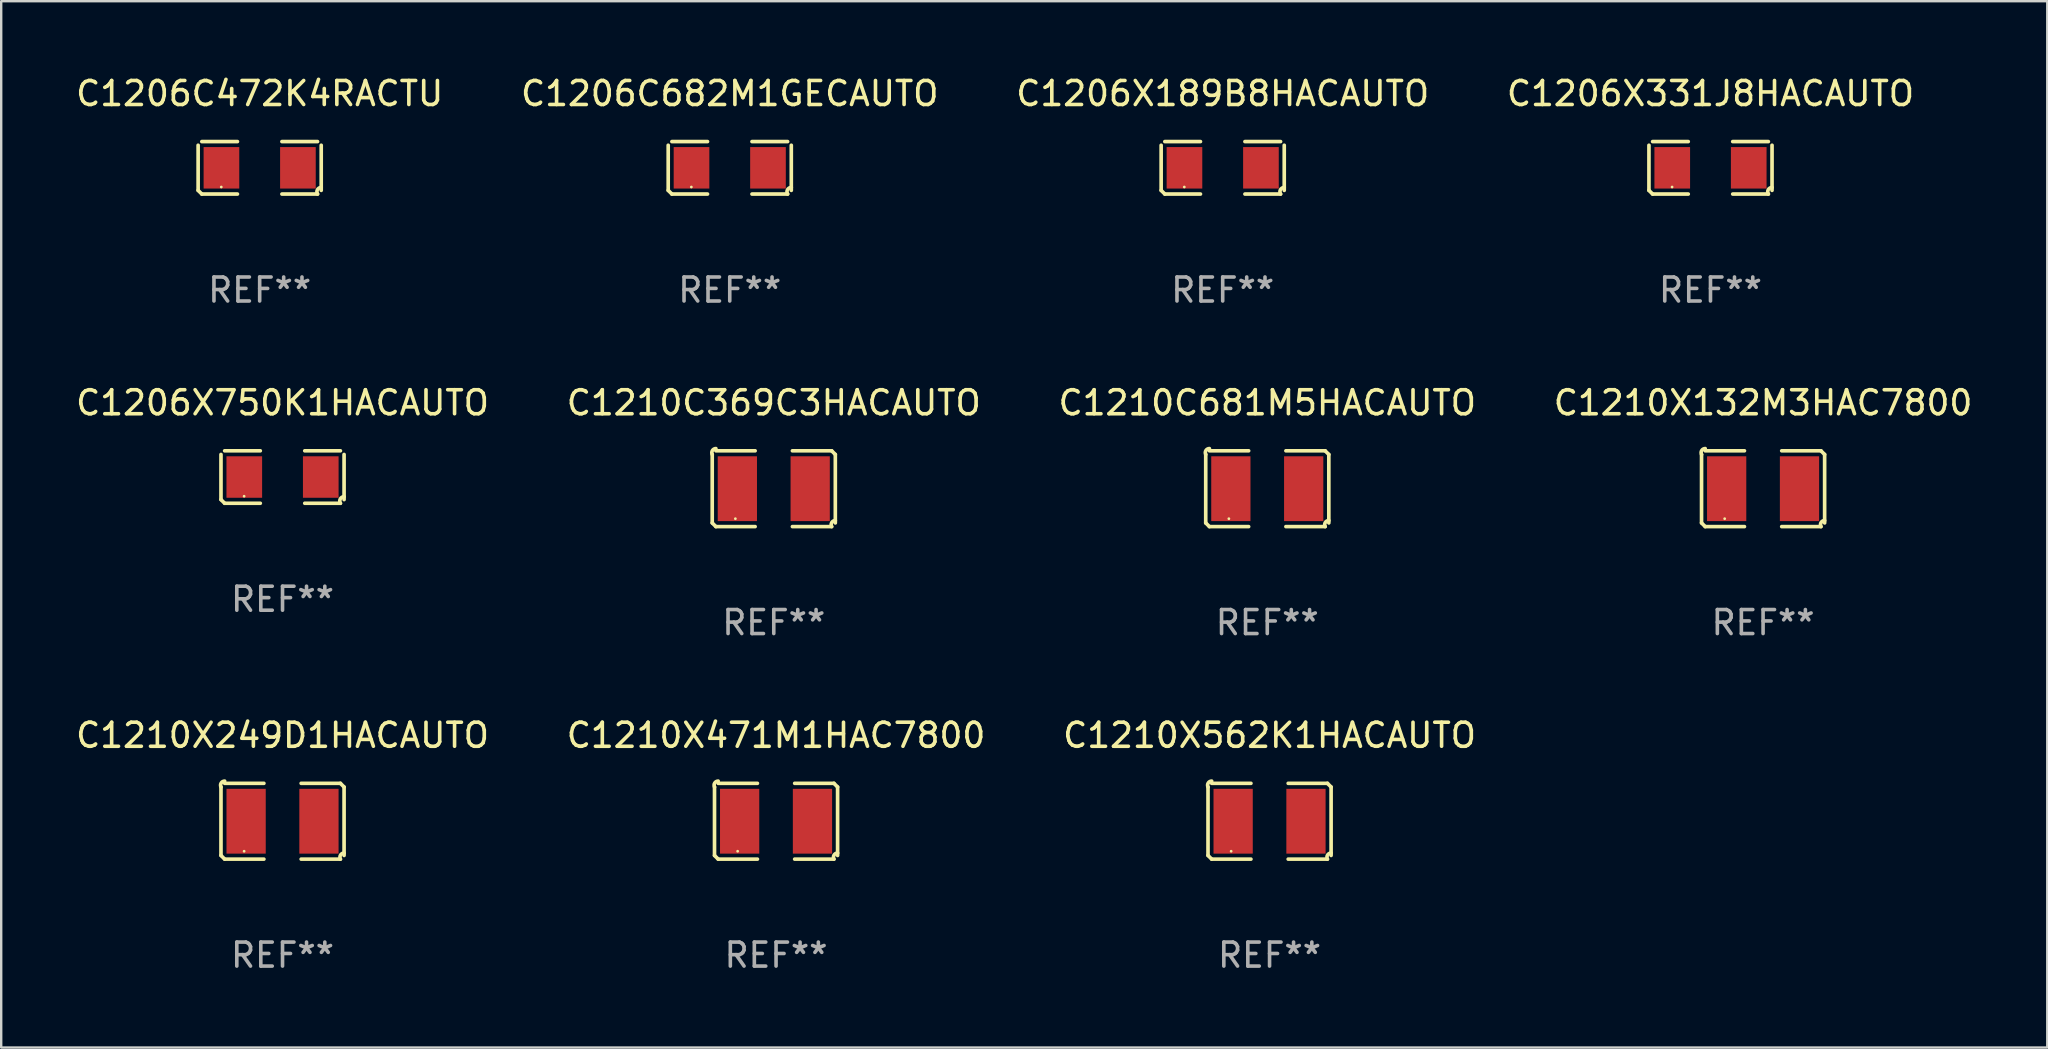
<source format=kicad_pcb>
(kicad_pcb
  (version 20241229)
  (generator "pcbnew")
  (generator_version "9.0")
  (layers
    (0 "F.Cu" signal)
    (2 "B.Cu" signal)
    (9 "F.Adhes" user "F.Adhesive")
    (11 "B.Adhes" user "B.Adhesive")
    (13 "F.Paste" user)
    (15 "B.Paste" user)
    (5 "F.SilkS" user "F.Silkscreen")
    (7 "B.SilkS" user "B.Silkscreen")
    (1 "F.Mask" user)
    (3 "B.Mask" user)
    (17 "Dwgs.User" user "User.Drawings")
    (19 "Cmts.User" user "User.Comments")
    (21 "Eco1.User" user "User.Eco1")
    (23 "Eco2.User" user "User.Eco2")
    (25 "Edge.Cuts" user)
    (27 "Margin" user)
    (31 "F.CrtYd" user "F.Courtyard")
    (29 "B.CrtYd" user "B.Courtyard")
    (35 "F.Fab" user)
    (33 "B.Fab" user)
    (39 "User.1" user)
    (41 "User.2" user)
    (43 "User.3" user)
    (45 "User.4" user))
  (footprint "C1206C472K4RACTU"
    (layer "F.Cu")
    (at 7.768 3.941)
    (property "Reference" "C1206C472K4RACTU" (at 0 -3.093 0) (layer "F.SilkS") (effects (font (size 1 1) (thickness 0.15))))
    (attr through_hole)
    (fp_line (start -2.564 0.94) (end -2.564 -0.94) (stroke (width 0.152) (type solid)) (layer "F.SilkS"))
    (fp_line (start -2.411 -1.093) (end -0.926 -1.093) (stroke (width 0.152) (type solid)) (layer "F.SilkS"))
    (fp_line (start -0.926 1.093) (end -2.411 1.093) (stroke (width 0.152) (type solid)) (layer "F.SilkS"))
    (fp_line (start 0.926 1.093) (end 2.411 1.093) (stroke (width 0.152) (type solid)) (layer "F.SilkS"))
    (fp_line (start 2.411 -1.093) (end 0.926 -1.093) (stroke (width 0.152) (type solid)) (layer "F.SilkS"))
    (fp_line (start 2.564 0.94) (end 2.564 -0.94) (stroke (width 0.152) (type solid)) (layer "F.SilkS"))
    (fp_arc (start -2.411201 1.092609) (mid -2.487413 1.01642) (end -2.563602 0.940208) (stroke (width 0.1524) (type solid)) (layer "F.SilkS"))
    (fp_arc (start 2.411201 1.092609) (mid 2.407159 0.911226) (end 2.563602 0.819347) (stroke (width 0.1524) (type solid)) (layer "F.SilkS"))
    (fp_circle (center -1.6 0.8) (end -1.57 0.8) (stroke (width 0.06) (type solid)) (fill no) (layer "F.SilkS"))
    (fp_text user "REF**" (at 0 5.093 0) (layer "F.Fab") (effects (font (size 1 1) (thickness 0.15))))
    (pad "1" smd rect (at -1.593 0) (size 1.485 1.728) (layers "F.Cu" "F.Mask" "F.Paste"))
    (pad "2" smd rect (at 1.593 0) (size 1.485 1.728) (layers "F.Cu" "F.Mask" "F.Paste")))
  (footprint "C1210C681M5HACAUTO"
    (layer "F.Cu")
    (at 49.744 17.309)
    (property "Reference" "C1210C681M5HACAUTO" (at 0 -3.579 0) (layer "F.SilkS") (effects (font (size 1 1) (thickness 0.15))))
    (attr through_hole)
    (fp_line (start -2.564 1.426) (end -2.564 -1.426) (stroke (width 0.152) (type solid)) (layer "F.SilkS"))
    (fp_line (start -2.411 -1.579) (end -0.776 -1.579) (stroke (width 0.152) (type solid)) (layer "F.SilkS"))
    (fp_line (start -0.776 1.579) (end -2.411 1.579) (stroke (width 0.152) (type solid)) (layer "F.SilkS"))
    (fp_line (start 0.776 1.579) (end 2.411 1.579) (stroke (width 0.152) (type solid)) (layer "F.SilkS"))
    (fp_line (start 2.411 -1.579) (end 0.776 -1.579) (stroke (width 0.152) (type solid)) (layer "F.SilkS"))
    (fp_line (start 2.564 1.426) (end 2.564 -1.426) (stroke (width 0.152) (type solid)) (layer "F.SilkS"))
    (fp_arc (start -2.563602 -1.426213) (mid -2.555597 -1.591233) (end -2.411201 -1.671518) (stroke (width 0.1524) (type solid)) (layer "F.SilkS"))
    (fp_arc (start -2.5636 1.426214) (mid -2.487389 1.502402) (end -2.411201 1.578613) (stroke (width 0.1524) (type solid)) (layer "F.SilkS"))
    (fp_arc (start 2.411197 -1.578618) (mid 2.487403 -1.502419) (end 2.563602 -1.426213) (stroke (width 0.1524) (type solid)) (layer "F.SilkS"))
    (fp_arc (start 2.411201 1.578613) (mid 2.416214 1.409455) (end 2.563602 1.32629) (stroke (width 0.1524) (type solid)) (layer "F.SilkS"))
    (fp_circle (center -1.6 1.25) (end -1.57 1.25) (stroke (width 0.06) (type solid)) (fill no) (layer "F.SilkS"))
    (fp_text user "REF**" (at 0 5.579 0) (layer "F.Fab") (effects (font (size 1 1) (thickness 0.15))))
    (pad "1" smd rect (at -1.517 0) (size 1.635 2.7) (layers "F.Cu" "F.Mask" "F.Paste"))
    (pad "2" smd rect (at 1.517 0) (size 1.635 2.7) (layers "F.Cu" "F.Mask" "F.Paste")))
  (footprint "C1206X331J8HACAUTO"
    (layer "F.Cu")
    (at 68.208 3.941)
    (property "Reference" "C1206X331J8HACAUTO" (at 0 -3.093 0) (layer "F.SilkS") (effects (font (size 1 1) (thickness 0.15))))
    (attr through_hole)
    (fp_line (start -2.564 0.94) (end -2.564 -0.94) (stroke (width 0.152) (type solid)) (layer "F.SilkS"))
    (fp_line (start -2.411 -1.093) (end -0.926 -1.093) (stroke (width 0.152) (type solid)) (layer "F.SilkS"))
    (fp_line (start -0.926 1.093) (end -2.411 1.093) (stroke (width 0.152) (type solid)) (layer "F.SilkS"))
    (fp_line (start 0.926 1.093) (end 2.411 1.093) (stroke (width 0.152) (type solid)) (layer "F.SilkS"))
    (fp_line (start 2.411 -1.093) (end 0.926 -1.093) (stroke (width 0.152) (type solid)) (layer "F.SilkS"))
    (fp_line (start 2.564 0.94) (end 2.564 -0.94) (stroke (width 0.152) (type solid)) (layer "F.SilkS"))
    (fp_arc (start -2.411201 1.092609) (mid -2.487413 1.01642) (end -2.563602 0.940208) (stroke (width 0.1524) (type solid)) (layer "F.SilkS"))
    (fp_arc (start 2.411201 1.092609) (mid 2.407159 0.911226) (end 2.563602 0.819347) (stroke (width 0.1524) (type solid)) (layer "F.SilkS"))
    (fp_circle (center -1.6 0.8) (end -1.57 0.8) (stroke (width 0.06) (type solid)) (fill no) (layer "F.SilkS"))
    (fp_text user "REF**" (at 0 5.093 0) (layer "F.Fab") (effects (font (size 1 1) (thickness 0.15))))
    (pad "1" smd rect (at -1.593 0) (size 1.485 1.728) (layers "F.Cu" "F.Mask" "F.Paste"))
    (pad "2" smd rect (at 1.593 0) (size 1.485 1.728) (layers "F.Cu" "F.Mask" "F.Paste")))
  (footprint "C1206X189B8HACAUTO"
    (layer "F.Cu")
    (at 47.887 3.941)
    (property "Reference" "C1206X189B8HACAUTO" (at 0 -3.093 0) (layer "F.SilkS") (effects (font (size 1 1) (thickness 0.15))))
    (attr through_hole)
    (fp_line (start -2.564 0.94) (end -2.564 -0.94) (stroke (width 0.152) (type solid)) (layer "F.SilkS"))
    (fp_line (start -2.411 -1.093) (end -0.926 -1.093) (stroke (width 0.152) (type solid)) (layer "F.SilkS"))
    (fp_line (start -0.926 1.093) (end -2.411 1.093) (stroke (width 0.152) (type solid)) (layer "F.SilkS"))
    (fp_line (start 0.926 1.093) (end 2.411 1.093) (stroke (width 0.152) (type solid)) (layer "F.SilkS"))
    (fp_line (start 2.411 -1.093) (end 0.926 -1.093) (stroke (width 0.152) (type solid)) (layer "F.SilkS"))
    (fp_line (start 2.564 0.94) (end 2.564 -0.94) (stroke (width 0.152) (type solid)) (layer "F.SilkS"))
    (fp_arc (start -2.411201 1.092609) (mid -2.487413 1.01642) (end -2.563602 0.940208) (stroke (width 0.1524) (type solid)) (layer "F.SilkS"))
    (fp_arc (start 2.411201 1.092609) (mid 2.407159 0.911226) (end 2.563602 0.819347) (stroke (width 0.1524) (type solid)) (layer "F.SilkS"))
    (fp_circle (center -1.6 0.8) (end -1.57 0.8) (stroke (width 0.06) (type solid)) (fill no) (layer "F.SilkS"))
    (fp_text user "REF**" (at 0 5.093 0) (layer "F.Fab") (effects (font (size 1 1) (thickness 0.15))))
    (pad "1" smd rect (at -1.593 0) (size 1.485 1.728) (layers "F.Cu" "F.Mask" "F.Paste"))
    (pad "2" smd rect (at 1.593 0) (size 1.485 1.728) (layers "F.Cu" "F.Mask" "F.Paste")))
  (footprint "C1210C369C3HACAUTO"
    (layer "F.Cu")
    (at 29.185 17.309)
    (property "Reference" "C1210C369C3HACAUTO" (at 0 -3.579 0) (layer "F.SilkS") (effects (font (size 1 1) (thickness 0.15))))
    (attr through_hole)
    (fp_line (start -2.564 1.426) (end -2.564 -1.426) (stroke (width 0.152) (type solid)) (layer "F.SilkS"))
    (fp_line (start -2.411 -1.579) (end -0.776 -1.579) (stroke (width 0.152) (type solid)) (layer "F.SilkS"))
    (fp_line (start -0.776 1.579) (end -2.411 1.579) (stroke (width 0.152) (type solid)) (layer "F.SilkS"))
    (fp_line (start 0.776 1.579) (end 2.411 1.579) (stroke (width 0.152) (type solid)) (layer "F.SilkS"))
    (fp_line (start 2.411 -1.579) (end 0.776 -1.579) (stroke (width 0.152) (type solid)) (layer "F.SilkS"))
    (fp_line (start 2.564 1.426) (end 2.564 -1.426) (stroke (width 0.152) (type solid)) (layer "F.SilkS"))
    (fp_arc (start -2.563602 -1.426213) (mid -2.555597 -1.591233) (end -2.411201 -1.671518) (stroke (width 0.1524) (type solid)) (layer "F.SilkS"))
    (fp_arc (start -2.5636 1.426214) (mid -2.487389 1.502402) (end -2.411201 1.578613) (stroke (width 0.1524) (type solid)) (layer "F.SilkS"))
    (fp_arc (start 2.411197 -1.578618) (mid 2.487403 -1.502419) (end 2.563602 -1.426213) (stroke (width 0.1524) (type solid)) (layer "F.SilkS"))
    (fp_arc (start 2.411201 1.578613) (mid 2.416214 1.409455) (end 2.563602 1.32629) (stroke (width 0.1524) (type solid)) (layer "F.SilkS"))
    (fp_circle (center -1.6 1.25) (end -1.57 1.25) (stroke (width 0.06) (type solid)) (fill no) (layer "F.SilkS"))
    (fp_text user "REF**" (at 0 5.579 0) (layer "F.Fab") (effects (font (size 1 1) (thickness 0.15))))
    (pad "1" smd rect (at -1.517 0) (size 1.635 2.7) (layers "F.Cu" "F.Mask" "F.Paste"))
    (pad "2" smd rect (at 1.517 0) (size 1.635 2.7) (layers "F.Cu" "F.Mask" "F.Paste")))
  (footprint "C1206C682M1GECAUTO"
    (layer "F.Cu")
    (at 27.351 3.941)
    (property "Reference" "C1206C682M1GECAUTO" (at 0 -3.093 0) (layer "F.SilkS") (effects (font (size 1 1) (thickness 0.15))))
    (attr through_hole)
    (fp_line (start -2.564 0.94) (end -2.564 -0.94) (stroke (width 0.152) (type solid)) (layer "F.SilkS"))
    (fp_line (start -2.411 -1.093) (end -0.926 -1.093) (stroke (width 0.152) (type solid)) (layer "F.SilkS"))
    (fp_line (start -0.926 1.093) (end -2.411 1.093) (stroke (width 0.152) (type solid)) (layer "F.SilkS"))
    (fp_line (start 0.926 1.093) (end 2.411 1.093) (stroke (width 0.152) (type solid)) (layer "F.SilkS"))
    (fp_line (start 2.411 -1.093) (end 0.926 -1.093) (stroke (width 0.152) (type solid)) (layer "F.SilkS"))
    (fp_line (start 2.564 0.94) (end 2.564 -0.94) (stroke (width 0.152) (type solid)) (layer "F.SilkS"))
    (fp_arc (start -2.411201 1.092609) (mid -2.487413 1.01642) (end -2.563602 0.940208) (stroke (width 0.1524) (type solid)) (layer "F.SilkS"))
    (fp_arc (start 2.411201 1.092609) (mid 2.407159 0.911226) (end 2.563602 0.819347) (stroke (width 0.1524) (type solid)) (layer "F.SilkS"))
    (fp_circle (center -1.6 0.8) (end -1.57 0.8) (stroke (width 0.06) (type solid)) (fill no) (layer "F.SilkS"))
    (fp_text user "REF**" (at 0 5.093 0) (layer "F.Fab") (effects (font (size 1 1) (thickness 0.15))))
    (pad "1" smd rect (at -1.593 0) (size 1.485 1.728) (layers "F.Cu" "F.Mask" "F.Paste"))
    (pad "2" smd rect (at 1.593 0) (size 1.485 1.728) (layers "F.Cu" "F.Mask" "F.Paste")))
  (footprint "C1206X750K1HACAUTO"
    (layer "F.Cu")
    (at 8.72 16.823)
    (property "Reference" "C1206X750K1HACAUTO" (at 0 -3.093 0) (layer "F.SilkS") (effects (font (size 1 1) (thickness 0.15))))
    (attr through_hole)
    (fp_line (start -2.564 0.94) (end -2.564 -0.94) (stroke (width 0.152) (type solid)) (layer "F.SilkS"))
    (fp_line (start -2.411 -1.093) (end -0.926 -1.093) (stroke (width 0.152) (type solid)) (layer "F.SilkS"))
    (fp_line (start -0.926 1.093) (end -2.411 1.093) (stroke (width 0.152) (type solid)) (layer "F.SilkS"))
    (fp_line (start 0.926 1.093) (end 2.411 1.093) (stroke (width 0.152) (type solid)) (layer "F.SilkS"))
    (fp_line (start 2.411 -1.093) (end 0.926 -1.093) (stroke (width 0.152) (type solid)) (layer "F.SilkS"))
    (fp_line (start 2.564 0.94) (end 2.564 -0.94) (stroke (width 0.152) (type solid)) (layer "F.SilkS"))
    (fp_arc (start -2.411201 1.092609) (mid -2.487413 1.01642) (end -2.563602 0.940208) (stroke (width 0.1524) (type solid)) (layer "F.SilkS"))
    (fp_arc (start 2.411201 1.092609) (mid 2.407159 0.911226) (end 2.563602 0.819347) (stroke (width 0.1524) (type solid)) (layer "F.SilkS"))
    (fp_circle (center -1.6 0.8) (end -1.57 0.8) (stroke (width 0.06) (type solid)) (fill no) (layer "F.SilkS"))
    (fp_text user "REF**" (at 0 5.093 0) (layer "F.Fab") (effects (font (size 1 1) (thickness 0.15))))
    (pad "1" smd rect (at -1.593 0) (size 1.485 1.728) (layers "F.Cu" "F.Mask" "F.Paste"))
    (pad "2" smd rect (at 1.593 0) (size 1.485 1.728) (layers "F.Cu" "F.Mask" "F.Paste")))
  (footprint "C1210X471M1HAC7800"
    (layer "F.Cu")
    (at 29.28 31.162)
    (property "Reference" "C1210X471M1HAC7800" (at 0 -3.579 0) (layer "F.SilkS") (effects (font (size 1 1) (thickness 0.15))))
    (attr through_hole)
    (fp_line (start -2.564 1.426) (end -2.564 -1.426) (stroke (width 0.152) (type solid)) (layer "F.SilkS"))
    (fp_line (start -2.411 -1.579) (end -0.776 -1.579) (stroke (width 0.152) (type solid)) (layer "F.SilkS"))
    (fp_line (start -0.776 1.579) (end -2.411 1.579) (stroke (width 0.152) (type solid)) (layer "F.SilkS"))
    (fp_line (start 0.776 1.579) (end 2.411 1.579) (stroke (width 0.152) (type solid)) (layer "F.SilkS"))
    (fp_line (start 2.411 -1.579) (end 0.776 -1.579) (stroke (width 0.152) (type solid)) (layer "F.SilkS"))
    (fp_line (start 2.564 1.426) (end 2.564 -1.426) (stroke (width 0.152) (type solid)) (layer "F.SilkS"))
    (fp_arc (start -2.563602 -1.426213) (mid -2.555597 -1.591233) (end -2.411201 -1.671518) (stroke (width 0.1524) (type solid)) (layer "F.SilkS"))
    (fp_arc (start -2.5636 1.426214) (mid -2.487389 1.502402) (end -2.411201 1.578613) (stroke (width 0.1524) (type solid)) (layer "F.SilkS"))
    (fp_arc (start 2.411197 -1.578618) (mid 2.487403 -1.502419) (end 2.563602 -1.426213) (stroke (width 0.1524) (type solid)) (layer "F.SilkS"))
    (fp_arc (start 2.411201 1.578613) (mid 2.416214 1.409455) (end 2.563602 1.32629) (stroke (width 0.1524) (type solid)) (layer "F.SilkS"))
    (fp_circle (center -1.6 1.25) (end -1.57 1.25) (stroke (width 0.06) (type solid)) (fill no) (layer "F.SilkS"))
    (fp_text user "REF**" (at 0 5.579 0) (layer "F.Fab") (effects (font (size 1 1) (thickness 0.15))))
    (pad "1" smd rect (at -1.517 0) (size 1.635 2.7) (layers "F.Cu" "F.Mask" "F.Paste"))
    (pad "2" smd rect (at 1.517 0) (size 1.635 2.7) (layers "F.Cu" "F.Mask" "F.Paste")))
  (footprint "C1210X132M3HAC7800"
    (layer "F.Cu")
    (at 70.399 17.309)
    (property "Reference" "C1210X132M3HAC7800" (at 0 -3.579 0) (layer "F.SilkS") (effects (font (size 1 1) (thickness 0.15))))
    (attr through_hole)
    (fp_line (start -2.564 1.426) (end -2.564 -1.426) (stroke (width 0.152) (type solid)) (layer "F.SilkS"))
    (fp_line (start -2.411 -1.579) (end -0.776 -1.579) (stroke (width 0.152) (type solid)) (layer "F.SilkS"))
    (fp_line (start -0.776 1.579) (end -2.411 1.579) (stroke (width 0.152) (type solid)) (layer "F.SilkS"))
    (fp_line (start 0.776 1.579) (end 2.411 1.579) (stroke (width 0.152) (type solid)) (layer "F.SilkS"))
    (fp_line (start 2.411 -1.579) (end 0.776 -1.579) (stroke (width 0.152) (type solid)) (layer "F.SilkS"))
    (fp_line (start 2.564 1.426) (end 2.564 -1.426) (stroke (width 0.152) (type solid)) (layer "F.SilkS"))
    (fp_arc (start -2.563602 -1.426213) (mid -2.555597 -1.591233) (end -2.411201 -1.671518) (stroke (width 0.1524) (type solid)) (layer "F.SilkS"))
    (fp_arc (start -2.5636 1.426214) (mid -2.487389 1.502402) (end -2.411201 1.578613) (stroke (width 0.1524) (type solid)) (layer "F.SilkS"))
    (fp_arc (start 2.411197 -1.578618) (mid 2.487403 -1.502419) (end 2.563602 -1.426213) (stroke (width 0.1524) (type solid)) (layer "F.SilkS"))
    (fp_arc (start 2.411201 1.578613) (mid 2.416214 1.409455) (end 2.563602 1.32629) (stroke (width 0.1524) (type solid)) (layer "F.SilkS"))
    (fp_circle (center -1.6 1.25) (end -1.57 1.25) (stroke (width 0.06) (type solid)) (fill no) (layer "F.SilkS"))
    (fp_text user "REF**" (at 0 5.579 0) (layer "F.Fab") (effects (font (size 1 1) (thickness 0.15))))
    (pad "1" smd rect (at -1.517 0) (size 1.635 2.7) (layers "F.Cu" "F.Mask" "F.Paste"))
    (pad "2" smd rect (at 1.517 0) (size 1.635 2.7) (layers "F.Cu" "F.Mask" "F.Paste")))
  (footprint "C1210X562K1HACAUTO"
    (layer "F.Cu")
    (at 49.839 31.162)
    (property "Reference" "C1210X562K1HACAUTO" (at 0 -3.579 0) (layer "F.SilkS") (effects (font (size 1 1) (thickness 0.15))))
    (attr through_hole)
    (fp_line (start -2.564 1.426) (end -2.564 -1.426) (stroke (width 0.152) (type solid)) (layer "F.SilkS"))
    (fp_line (start -2.411 -1.579) (end -0.776 -1.579) (stroke (width 0.152) (type solid)) (layer "F.SilkS"))
    (fp_line (start -0.776 1.579) (end -2.411 1.579) (stroke (width 0.152) (type solid)) (layer "F.SilkS"))
    (fp_line (start 0.776 1.579) (end 2.411 1.579) (stroke (width 0.152) (type solid)) (layer "F.SilkS"))
    (fp_line (start 2.411 -1.579) (end 0.776 -1.579) (stroke (width 0.152) (type solid)) (layer "F.SilkS"))
    (fp_line (start 2.564 1.426) (end 2.564 -1.426) (stroke (width 0.152) (type solid)) (layer "F.SilkS"))
    (fp_arc (start -2.563602 -1.426213) (mid -2.555597 -1.591233) (end -2.411201 -1.671518) (stroke (width 0.1524) (type solid)) (layer "F.SilkS"))
    (fp_arc (start -2.5636 1.426214) (mid -2.487389 1.502402) (end -2.411201 1.578613) (stroke (width 0.1524) (type solid)) (layer "F.SilkS"))
    (fp_arc (start 2.411197 -1.578618) (mid 2.487403 -1.502419) (end 2.563602 -1.426213) (stroke (width 0.1524) (type solid)) (layer "F.SilkS"))
    (fp_arc (start 2.411201 1.578613) (mid 2.416214 1.409455) (end 2.563602 1.32629) (stroke (width 0.1524) (type solid)) (layer "F.SilkS"))
    (fp_circle (center -1.6 1.25) (end -1.57 1.25) (stroke (width 0.06) (type solid)) (fill no) (layer "F.SilkS"))
    (fp_text user "REF**" (at 0 5.579 0) (layer "F.Fab") (effects (font (size 1 1) (thickness 0.15))))
    (pad "1" smd rect (at -1.517 0) (size 1.635 2.7) (layers "F.Cu" "F.Mask" "F.Paste"))
    (pad "2" smd rect (at 1.517 0) (size 1.635 2.7) (layers "F.Cu" "F.Mask" "F.Paste")))
  (footprint "C1210X249D1HACAUTO"
    (layer "F.Cu")
    (at 8.72 31.162)
    (property "Reference" "C1210X249D1HACAUTO" (at 0 -3.579 0) (layer "F.SilkS") (effects (font (size 1 1) (thickness 0.15))))
    (attr through_hole)
    (fp_line (start -2.564 1.426) (end -2.564 -1.426) (stroke (width 0.152) (type solid)) (layer "F.SilkS"))
    (fp_line (start -2.411 -1.579) (end -0.776 -1.579) (stroke (width 0.152) (type solid)) (layer "F.SilkS"))
    (fp_line (start -0.776 1.579) (end -2.411 1.579) (stroke (width 0.152) (type solid)) (layer "F.SilkS"))
    (fp_line (start 0.776 1.579) (end 2.411 1.579) (stroke (width 0.152) (type solid)) (layer "F.SilkS"))
    (fp_line (start 2.411 -1.579) (end 0.776 -1.579) (stroke (width 0.152) (type solid)) (layer "F.SilkS"))
    (fp_line (start 2.564 1.426) (end 2.564 -1.426) (stroke (width 0.152) (type solid)) (layer "F.SilkS"))
    (fp_arc (start -2.563602 -1.426213) (mid -2.555597 -1.591233) (end -2.411201 -1.671518) (stroke (width 0.1524) (type solid)) (layer "F.SilkS"))
    (fp_arc (start -2.5636 1.426214) (mid -2.487389 1.502402) (end -2.411201 1.578613) (stroke (width 0.1524) (type solid)) (layer "F.SilkS"))
    (fp_arc (start 2.411197 -1.578618) (mid 2.487403 -1.502419) (end 2.563602 -1.426213) (stroke (width 0.1524) (type solid)) (layer "F.SilkS"))
    (fp_arc (start 2.411201 1.578613) (mid 2.416214 1.409455) (end 2.563602 1.32629) (stroke (width 0.1524) (type solid)) (layer "F.SilkS"))
    (fp_circle (center -1.6 1.25) (end -1.57 1.25) (stroke (width 0.06) (type solid)) (fill no) (layer "F.SilkS"))
    (fp_text user "REF**" (at 0 5.579 0) (layer "F.Fab") (effects (font (size 1 1) (thickness 0.15))))
    (pad "1" smd rect (at -1.517 0) (size 1.635 2.7) (layers "F.Cu" "F.Mask" "F.Paste"))
    (pad "2" smd rect (at 1.517 0) (size 1.635 2.7) (layers "F.Cu" "F.Mask" "F.Paste")))
  (gr_rect
    (start -3 -3)
    (end 82.238 40.589)
    (stroke (width 0.1) (type default))
    (fill no)
    (layer "Edge.Cuts")))
</source>
